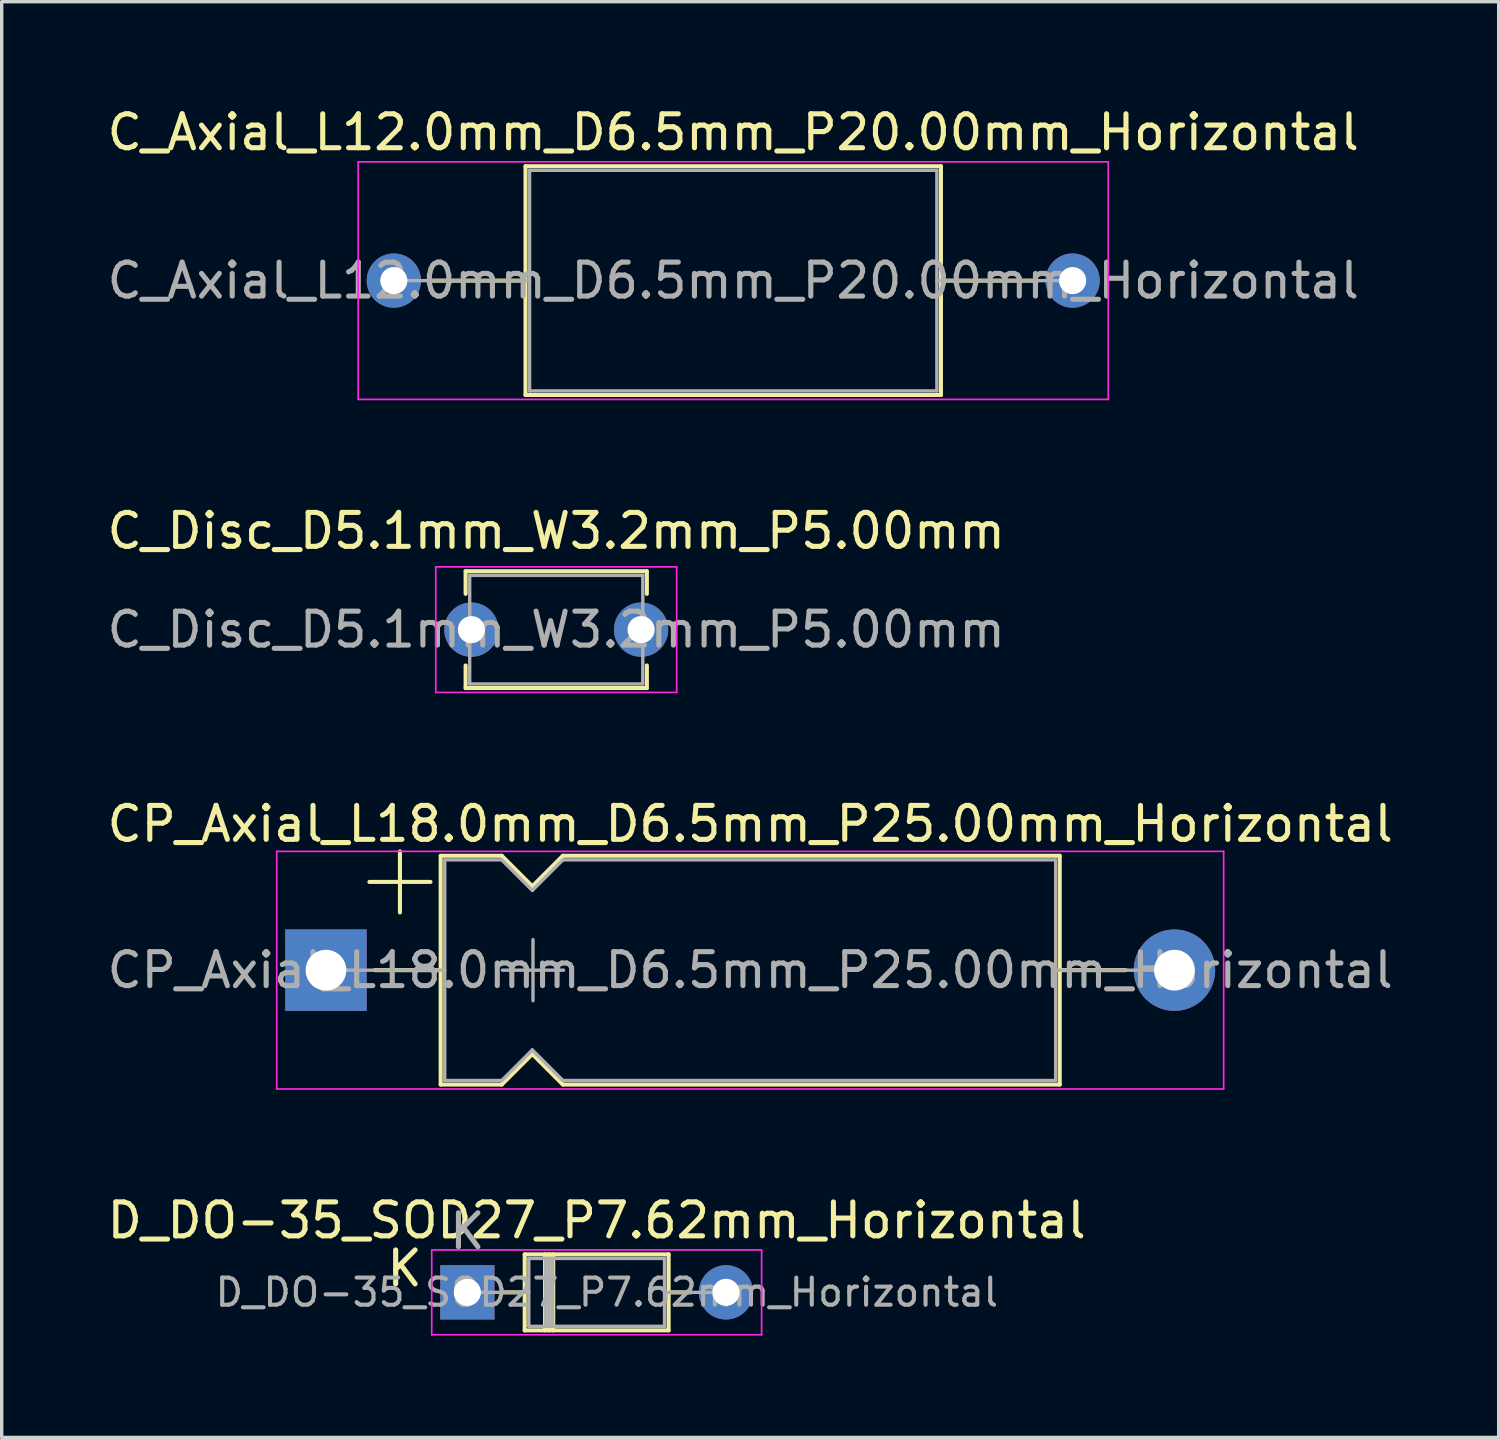
<source format=kicad_pcb>
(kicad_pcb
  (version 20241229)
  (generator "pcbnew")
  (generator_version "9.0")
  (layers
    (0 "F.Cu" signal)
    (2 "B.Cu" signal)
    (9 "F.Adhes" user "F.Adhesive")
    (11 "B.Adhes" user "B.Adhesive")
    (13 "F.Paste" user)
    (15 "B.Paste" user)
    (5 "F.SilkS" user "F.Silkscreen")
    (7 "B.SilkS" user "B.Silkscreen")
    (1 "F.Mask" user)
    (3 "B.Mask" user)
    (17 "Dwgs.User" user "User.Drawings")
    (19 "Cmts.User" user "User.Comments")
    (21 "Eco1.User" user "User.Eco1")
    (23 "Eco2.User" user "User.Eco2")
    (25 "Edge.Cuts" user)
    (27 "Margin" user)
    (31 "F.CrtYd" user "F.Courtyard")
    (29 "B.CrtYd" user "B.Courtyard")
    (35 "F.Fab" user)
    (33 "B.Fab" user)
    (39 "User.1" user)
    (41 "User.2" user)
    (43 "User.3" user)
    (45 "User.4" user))
  (footprint "C_Disc_D5.1mm_W3.2mm_P5.00mm"
    (layer "F.Cu")
    (at 10.839 15.502)
    (property "Reference" "C_Disc_D5.1mm_W3.2mm_P5.00mm" (at 2.5 -2.91 0) (layer "F.SilkS") (effects (font (size 1 1) (thickness 0.15))))
    (attr through_hole)
    (fp_line (start -0.17 -1.721) (end -0.17 -1.055) (stroke (width 0.12) (type solid)) (layer "F.SilkS"))
    (fp_line (start -0.17 -1.721) (end 5.17 -1.721) (stroke (width 0.12) (type solid)) (layer "F.SilkS"))
    (fp_line (start -0.17 1.055) (end -0.17 1.721) (stroke (width 0.12) (type solid)) (layer "F.SilkS"))
    (fp_line (start -0.17 1.721) (end 5.17 1.721) (stroke (width 0.12) (type solid)) (layer "F.SilkS"))
    (fp_line (start 5.17 -1.721) (end 5.17 -1.055) (stroke (width 0.12) (type solid)) (layer "F.SilkS"))
    (fp_line (start 5.17 1.055) (end 5.17 1.721) (stroke (width 0.12) (type solid)) (layer "F.SilkS"))
    (fp_line (start -1.05 -1.85) (end -1.05 1.85) (stroke (width 0.05) (type solid)) (layer "F.CrtYd"))
    (fp_line (start -1.05 1.85) (end 6.05 1.85) (stroke (width 0.05) (type solid)) (layer "F.CrtYd"))
    (fp_line (start 6.05 -1.85) (end -1.05 -1.85) (stroke (width 0.05) (type solid)) (layer "F.CrtYd"))
    (fp_line (start 6.05 1.85) (end 6.05 -1.85) (stroke (width 0.05) (type solid)) (layer "F.CrtYd"))
    (fp_line (start -0.05 -1.6) (end -0.05 1.6) (stroke (width 0.1) (type solid)) (layer "F.Fab"))
    (fp_line (start -0.05 1.6) (end 5.05 1.6) (stroke (width 0.1) (type solid)) (layer "F.Fab"))
    (fp_line (start 5.05 -1.6) (end -0.05 -1.6) (stroke (width 0.1) (type solid)) (layer "F.Fab"))
    (fp_line (start 5.05 1.6) (end 5.05 -1.6) (stroke (width 0.1) (type solid)) (layer "F.Fab"))
    (fp_text user "${REFERENCE}" (at 2.5 0 0) (layer "F.Fab") (effects (font (size 1 1) (thickness 0.15))))
    (pad "1" thru_hole circle (at 0 0) (size 1.6 1.6) (drill 0.8) (layers "*.Cu" "*.Mask"))
    (pad "2" thru_hole circle (at 5 0) (size 1.6 1.6) (drill 0.8) (layers "*.Cu" "*.Mask")))
  (footprint "D_DO-35_SOD27_P7.62mm_Horizontal"
    (layer "F.Cu")
    (at 10.72 35.028)
    (property "Reference" "D_DO-35_SOD27_P7.62mm_Horizontal" (at 3.81 -2.12 0) (layer "F.SilkS") (effects (font (size 1 1) (thickness 0.15))))
    (attr through_hole)
    (fp_line (start 1.04 0) (end 1.69 0) (stroke (width 0.12) (type solid)) (layer "F.SilkS"))
    (fp_line (start 1.69 -1.12) (end 1.69 1.12) (stroke (width 0.12) (type solid)) (layer "F.SilkS"))
    (fp_line (start 1.69 1.12) (end 5.93 1.12) (stroke (width 0.12) (type solid)) (layer "F.SilkS"))
    (fp_line (start 2.29 -1.12) (end 2.29 1.12) (stroke (width 0.12) (type solid)) (layer "F.SilkS"))
    (fp_line (start 2.41 -1.12) (end 2.41 1.12) (stroke (width 0.12) (type solid)) (layer "F.SilkS"))
    (fp_line (start 2.53 -1.12) (end 2.53 1.12) (stroke (width 0.12) (type solid)) (layer "F.SilkS"))
    (fp_line (start 5.93 -1.12) (end 1.69 -1.12) (stroke (width 0.12) (type solid)) (layer "F.SilkS"))
    (fp_line (start 5.93 1.12) (end 5.93 -1.12) (stroke (width 0.12) (type solid)) (layer "F.SilkS"))
    (fp_line (start 6.58 0) (end 5.93 0) (stroke (width 0.12) (type solid)) (layer "F.SilkS"))
    (fp_line (start -1.05 -1.25) (end -1.05 1.25) (stroke (width 0.05) (type solid)) (layer "F.CrtYd"))
    (fp_line (start -1.05 1.25) (end 8.67 1.25) (stroke (width 0.05) (type solid)) (layer "F.CrtYd"))
    (fp_line (start 8.67 -1.25) (end -1.05 -1.25) (stroke (width 0.05) (type solid)) (layer "F.CrtYd"))
    (fp_line (start 8.67 1.25) (end 8.67 -1.25) (stroke (width 0.05) (type solid)) (layer "F.CrtYd"))
    (fp_line (start 0 0) (end 1.81 0) (stroke (width 0.1) (type solid)) (layer "F.Fab"))
    (fp_line (start 1.81 -1) (end 1.81 1) (stroke (width 0.1) (type solid)) (layer "F.Fab"))
    (fp_line (start 1.81 1) (end 5.81 1) (stroke (width 0.1) (type solid)) (layer "F.Fab"))
    (fp_line (start 2.31 -1) (end 2.31 1) (stroke (width 0.1) (type solid)) (layer "F.Fab"))
    (fp_line (start 2.41 -1) (end 2.41 1) (stroke (width 0.1) (type solid)) (layer "F.Fab"))
    (fp_line (start 2.51 -1) (end 2.51 1) (stroke (width 0.1) (type solid)) (layer "F.Fab"))
    (fp_line (start 5.81 -1) (end 1.81 -1) (stroke (width 0.1) (type solid)) (layer "F.Fab"))
    (fp_line (start 5.81 1) (end 5.81 -1) (stroke (width 0.1) (type solid)) (layer "F.Fab"))
    (fp_line (start 7.62 0) (end 5.81 0) (stroke (width 0.1) (type solid)) (layer "F.Fab"))
    (fp_text user "K" (at -1.85 -0.705 0) (layer "F.SilkS") (effects (font (size 1 1) (thickness 0.15))))
    (fp_text user "${REFERENCE}" (at 4.11 0 0) (layer "F.Fab") (effects (font (size 0.8 0.8) (thickness 0.12))))
    (fp_text user "K" (at 0 -1.8 0) (layer "F.Fab") (effects (font (size 1 1) (thickness 0.15))))
    (pad "1" thru_hole rect (at 0 0) (size 1.6 1.6) (drill 0.8) (layers "*.Cu" "*.Mask"))
    (pad "2" thru_hole oval (at 7.62 0) (size 1.6 1.6) (drill 0.8) (layers "*.Cu" "*.Mask")))
  (footprint "C_Axial_L12.0mm_D6.5mm_P20.00mm_Horizontal"
    (layer "F.Cu")
    (at 8.554 5.218)
    (property "Reference" "C_Axial_L12.0mm_D6.5mm_P20.00mm_Horizontal" (at 10 -4.37 0) (layer "F.SilkS") (effects (font (size 1 1) (thickness 0.15))))
    (attr through_hole)
    (fp_line (start 1.04 0) (end 3.88 0) (stroke (width 0.12) (type solid)) (layer "F.SilkS"))
    (fp_line (start 3.88 -3.37) (end 3.88 3.37) (stroke (width 0.12) (type solid)) (layer "F.SilkS"))
    (fp_line (start 3.88 3.37) (end 16.12 3.37) (stroke (width 0.12) (type solid)) (layer "F.SilkS"))
    (fp_line (start 16.12 -3.37) (end 3.88 -3.37) (stroke (width 0.12) (type solid)) (layer "F.SilkS"))
    (fp_line (start 16.12 3.37) (end 16.12 -3.37) (stroke (width 0.12) (type solid)) (layer "F.SilkS"))
    (fp_line (start 18.96 0) (end 16.12 0) (stroke (width 0.12) (type solid)) (layer "F.SilkS"))
    (fp_line (start -1.05 -3.5) (end -1.05 3.5) (stroke (width 0.05) (type solid)) (layer "F.CrtYd"))
    (fp_line (start -1.05 3.5) (end 21.05 3.5) (stroke (width 0.05) (type solid)) (layer "F.CrtYd"))
    (fp_line (start 21.05 -3.5) (end -1.05 -3.5) (stroke (width 0.05) (type solid)) (layer "F.CrtYd"))
    (fp_line (start 21.05 3.5) (end 21.05 -3.5) (stroke (width 0.05) (type solid)) (layer "F.CrtYd"))
    (fp_line (start 0 0) (end 4 0) (stroke (width 0.1) (type solid)) (layer "F.Fab"))
    (fp_line (start 4 -3.25) (end 4 3.25) (stroke (width 0.1) (type solid)) (layer "F.Fab"))
    (fp_line (start 4 3.25) (end 16 3.25) (stroke (width 0.1) (type solid)) (layer "F.Fab"))
    (fp_line (start 16 -3.25) (end 4 -3.25) (stroke (width 0.1) (type solid)) (layer "F.Fab"))
    (fp_line (start 16 3.25) (end 16 -3.25) (stroke (width 0.1) (type solid)) (layer "F.Fab"))
    (fp_line (start 20 0) (end 16 0) (stroke (width 0.1) (type solid)) (layer "F.Fab"))
    (fp_text user "${REFERENCE}" (at 10 0 0) (layer "F.Fab") (effects (font (size 1 1) (thickness 0.15))))
    (pad "1" thru_hole circle (at 0 0) (size 1.6 1.6) (drill 0.8) (layers "*.Cu" "*.Mask"))
    (pad "2" thru_hole oval (at 20 0) (size 1.6 1.6) (drill 0.8) (layers "*.Cu" "*.Mask")))
  (footprint "CP_Axial_L18.0mm_D6.5mm_P25.00mm_Horizontal"
    (layer "F.Cu")
    (at 6.554 25.535)
    (property "Reference" "CP_Axial_L18.0mm_D6.5mm_P25.00mm_Horizontal" (at 12.5 -4.31 0) (layer "F.SilkS") (effects (font (size 1 1) (thickness 0.15))))
    (attr through_hole)
    (fp_line (start 1.28 -2.6) (end 3.08 -2.6) (stroke (width 0.12) (type solid)) (layer "F.SilkS"))
    (fp_line (start 1.44 0) (end 3.38 0) (stroke (width 0.12) (type solid)) (layer "F.SilkS"))
    (fp_line (start 2.18 -3.5) (end 2.18 -1.7) (stroke (width 0.12) (type solid)) (layer "F.SilkS"))
    (fp_line (start 3.38 -3.37) (end 3.38 3.37) (stroke (width 0.12) (type solid)) (layer "F.SilkS"))
    (fp_line (start 3.38 -3.37) (end 5.18 -3.37) (stroke (width 0.12) (type solid)) (layer "F.SilkS"))
    (fp_line (start 3.38 3.37) (end 5.18 3.37) (stroke (width 0.12) (type solid)) (layer "F.SilkS"))
    (fp_line (start 5.18 -3.37) (end 6.08 -2.47) (stroke (width 0.12) (type solid)) (layer "F.SilkS"))
    (fp_line (start 5.18 3.37) (end 6.08 2.47) (stroke (width 0.12) (type solid)) (layer "F.SilkS"))
    (fp_line (start 6.08 -2.47) (end 6.98 -3.37) (stroke (width 0.12) (type solid)) (layer "F.SilkS"))
    (fp_line (start 6.08 2.47) (end 6.98 3.37) (stroke (width 0.12) (type solid)) (layer "F.SilkS"))
    (fp_line (start 6.98 -3.37) (end 21.62 -3.37) (stroke (width 0.12) (type solid)) (layer "F.SilkS"))
    (fp_line (start 6.98 3.37) (end 21.62 3.37) (stroke (width 0.12) (type solid)) (layer "F.SilkS"))
    (fp_line (start 21.62 -3.37) (end 21.62 3.37) (stroke (width 0.12) (type solid)) (layer "F.SilkS"))
    (fp_line (start 23.56 0) (end 21.62 0) (stroke (width 0.12) (type solid)) (layer "F.SilkS"))
    (fp_line (start -1.45 -3.5) (end -1.45 3.5) (stroke (width 0.05) (type solid)) (layer "F.CrtYd"))
    (fp_line (start -1.45 3.5) (end 26.45 3.5) (stroke (width 0.05) (type solid)) (layer "F.CrtYd"))
    (fp_line (start 26.45 -3.5) (end -1.45 -3.5) (stroke (width 0.05) (type solid)) (layer "F.CrtYd"))
    (fp_line (start 26.45 3.5) (end 26.45 -3.5) (stroke (width 0.05) (type solid)) (layer "F.CrtYd"))
    (fp_line (start 0 0) (end 3.5 0) (stroke (width 0.1) (type solid)) (layer "F.Fab"))
    (fp_line (start 3.5 -3.25) (end 3.5 3.25) (stroke (width 0.1) (type solid)) (layer "F.Fab"))
    (fp_line (start 3.5 -3.25) (end 5.18 -3.25) (stroke (width 0.1) (type solid)) (layer "F.Fab"))
    (fp_line (start 3.5 3.25) (end 5.18 3.25) (stroke (width 0.1) (type solid)) (layer "F.Fab"))
    (fp_line (start 5.18 -3.25) (end 6.08 -2.35) (stroke (width 0.1) (type solid)) (layer "F.Fab"))
    (fp_line (start 5.18 3.25) (end 6.08 2.35) (stroke (width 0.1) (type solid)) (layer "F.Fab"))
    (fp_line (start 5.2 0) (end 7 0) (stroke (width 0.1) (type solid)) (layer "F.Fab"))
    (fp_line (start 6.08 -2.35) (end 6.98 -3.25) (stroke (width 0.1) (type solid)) (layer "F.Fab"))
    (fp_line (start 6.08 2.35) (end 6.98 3.25) (stroke (width 0.1) (type solid)) (layer "F.Fab"))
    (fp_line (start 6.1 -0.9) (end 6.1 0.9) (stroke (width 0.1) (type solid)) (layer "F.Fab"))
    (fp_line (start 6.98 -3.25) (end 21.5 -3.25) (stroke (width 0.1) (type solid)) (layer "F.Fab"))
    (fp_line (start 6.98 3.25) (end 21.5 3.25) (stroke (width 0.1) (type solid)) (layer "F.Fab"))
    (fp_line (start 21.5 -3.25) (end 21.5 3.25) (stroke (width 0.1) (type solid)) (layer "F.Fab"))
    (fp_line (start 25 0) (end 21.5 0) (stroke (width 0.1) (type solid)) (layer "F.Fab"))
    (fp_text user "${REFERENCE}" (at 12.5 0 0) (layer "F.Fab") (effects (font (size 1 1) (thickness 0.15))))
    (pad "1" thru_hole rect (at 0 0) (size 2.4 2.4) (drill 1.2) (layers "*.Cu" "*.Mask"))
    (pad "2" thru_hole oval (at 25 0) (size 2.4 2.4) (drill 1.2) (layers "*.Cu" "*.Mask")))
  (gr_rect
    (start -3 -3)
    (end 41.107 39.303)
    (stroke (width 0.1) (type default))
    (fill no)
    (layer "Edge.Cuts")))
</source>
